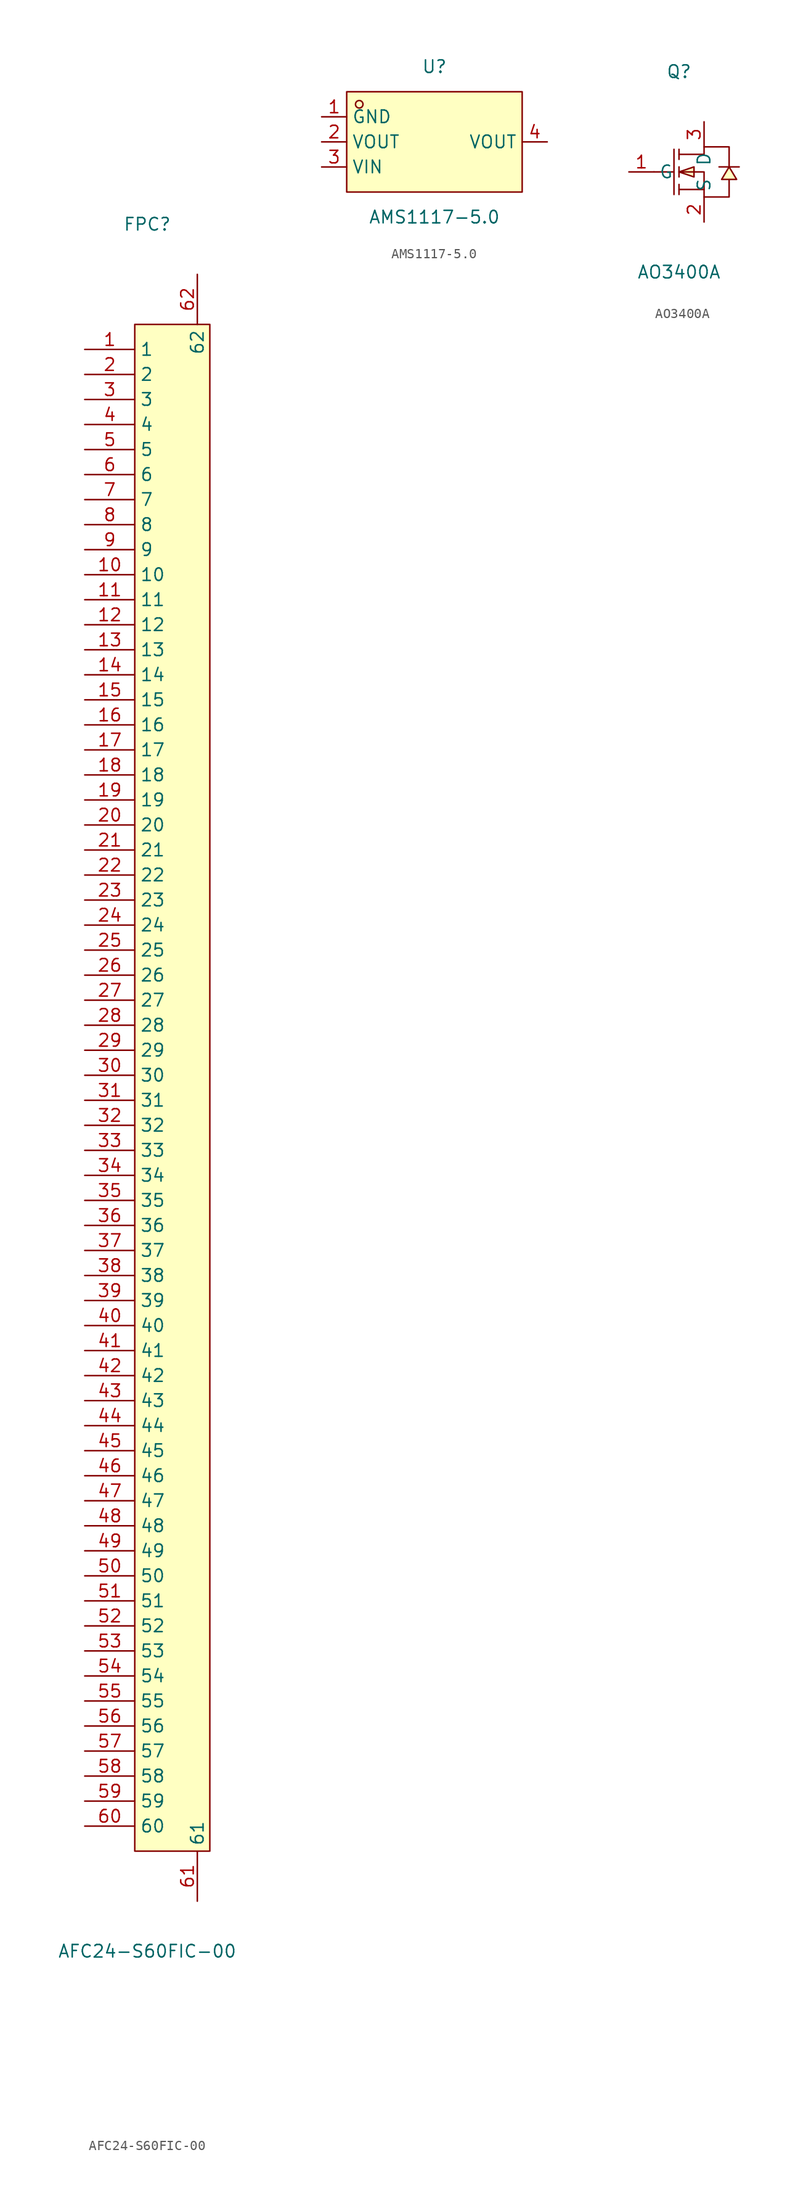
<source format=kicad_sym>
(kicad_symbol_lib
  (version 20231120)
  (generator "kicad_symbol_editor")
  (generator_version "8.0")
  (symbol "AFC24-S60FIC-00"
    (property "Reference" "FPC"
      (at 0 87.63 0)
      (effects (font (size 1.27 1.27))))
    (property "Value" "AFC24-S60FIC-00"
      (at 0 -87.63 0)
      (effects (font (size 1.27 1.27))))
    (symbol "AFC24-S60FIC-00_0_1"
      (rectangle (start -1.27 77.47) (end 6.35 -77.47) (stroke (width 0) (type default)) (fill (type background)))
      (pin unspecified line (at -6.35 74.93 0) (length 5.08) (name "1" (effects (font (size 1.27 1.27)))) (number "1" (effects (font (size 1.27 1.27)))))
      (pin unspecified line (at -6.35 52.07 0) (length 5.08) (name "10" (effects (font (size 1.27 1.27)))) (number "10" (effects (font (size 1.27 1.27)))))
      (pin unspecified line (at -6.35 49.53 0) (length 5.08) (name "11" (effects (font (size 1.27 1.27)))) (number "11" (effects (font (size 1.27 1.27)))))
      (pin unspecified line (at -6.35 46.99 0) (length 5.08) (name "12" (effects (font (size 1.27 1.27)))) (number "12" (effects (font (size 1.27 1.27)))))
      (pin unspecified line (at -6.35 44.45 0) (length 5.08) (name "13" (effects (font (size 1.27 1.27)))) (number "13" (effects (font (size 1.27 1.27)))))
      (pin unspecified line (at -6.35 41.91 0) (length 5.08) (name "14" (effects (font (size 1.27 1.27)))) (number "14" (effects (font (size 1.27 1.27)))))
      (pin unspecified line (at -6.35 39.37 0) (length 5.08) (name "15" (effects (font (size 1.27 1.27)))) (number "15" (effects (font (size 1.27 1.27)))))
      (pin unspecified line (at -6.35 36.83 0) (length 5.08) (name "16" (effects (font (size 1.27 1.27)))) (number "16" (effects (font (size 1.27 1.27)))))
      (pin unspecified line (at -6.35 34.29 0) (length 5.08) (name "17" (effects (font (size 1.27 1.27)))) (number "17" (effects (font (size 1.27 1.27)))))
      (pin unspecified line (at -6.35 31.75 0) (length 5.08) (name "18" (effects (font (size 1.27 1.27)))) (number "18" (effects (font (size 1.27 1.27)))))
      (pin unspecified line (at -6.35 29.21 0) (length 5.08) (name "19" (effects (font (size 1.27 1.27)))) (number "19" (effects (font (size 1.27 1.27)))))
      (pin unspecified line (at -6.35 72.39 0) (length 5.08) (name "2" (effects (font (size 1.27 1.27)))) (number "2" (effects (font (size 1.27 1.27)))))
      (pin unspecified line (at -6.35 26.67 0) (length 5.08) (name "20" (effects (font (size 1.27 1.27)))) (number "20" (effects (font (size 1.27 1.27)))))
      (pin unspecified line (at -6.35 24.13 0) (length 5.08) (name "21" (effects (font (size 1.27 1.27)))) (number "21" (effects (font (size 1.27 1.27)))))
      (pin unspecified line (at -6.35 21.59 0) (length 5.08) (name "22" (effects (font (size 1.27 1.27)))) (number "22" (effects (font (size 1.27 1.27)))))
      (pin unspecified line (at -6.35 19.05 0) (length 5.08) (name "23" (effects (font (size 1.27 1.27)))) (number "23" (effects (font (size 1.27 1.27)))))
      (pin unspecified line (at -6.35 16.51 0) (length 5.08) (name "24" (effects (font (size 1.27 1.27)))) (number "24" (effects (font (size 1.27 1.27)))))
      (pin unspecified line (at -6.35 13.97 0) (length 5.08) (name "25" (effects (font (size 1.27 1.27)))) (number "25" (effects (font (size 1.27 1.27)))))
      (pin unspecified line (at -6.35 11.43 0) (length 5.08) (name "26" (effects (font (size 1.27 1.27)))) (number "26" (effects (font (size 1.27 1.27)))))
      (pin unspecified line (at -6.35 8.89 0) (length 5.08) (name "27" (effects (font (size 1.27 1.27)))) (number "27" (effects (font (size 1.27 1.27)))))
      (pin unspecified line (at -6.35 6.35 0) (length 5.08) (name "28" (effects (font (size 1.27 1.27)))) (number "28" (effects (font (size 1.27 1.27)))))
      (pin unspecified line (at -6.35 3.81 0) (length 5.08) (name "29" (effects (font (size 1.27 1.27)))) (number "29" (effects (font (size 1.27 1.27)))))
      (pin unspecified line (at -6.35 69.85 0) (length 5.08) (name "3" (effects (font (size 1.27 1.27)))) (number "3" (effects (font (size 1.27 1.27)))))
      (pin unspecified line (at -6.35 1.27 0) (length 5.08) (name "30" (effects (font (size 1.27 1.27)))) (number "30" (effects (font (size 1.27 1.27)))))
      (pin unspecified line (at -6.35 -1.27 0) (length 5.08) (name "31" (effects (font (size 1.27 1.27)))) (number "31" (effects (font (size 1.27 1.27)))))
      (pin unspecified line (at -6.35 -3.81 0) (length 5.08) (name "32" (effects (font (size 1.27 1.27)))) (number "32" (effects (font (size 1.27 1.27)))))
      (pin unspecified line (at -6.35 -6.35 0) (length 5.08) (name "33" (effects (font (size 1.27 1.27)))) (number "33" (effects (font (size 1.27 1.27)))))
      (pin unspecified line (at -6.35 -8.89 0) (length 5.08) (name "34" (effects (font (size 1.27 1.27)))) (number "34" (effects (font (size 1.27 1.27)))))
      (pin unspecified line (at -6.35 -11.43 0) (length 5.08) (name "35" (effects (font (size 1.27 1.27)))) (number "35" (effects (font (size 1.27 1.27)))))
      (pin unspecified line (at -6.35 -13.97 0) (length 5.08) (name "36" (effects (font (size 1.27 1.27)))) (number "36" (effects (font (size 1.27 1.27)))))
      (pin unspecified line (at -6.35 -16.51 0) (length 5.08) (name "37" (effects (font (size 1.27 1.27)))) (number "37" (effects (font (size 1.27 1.27)))))
      (pin unspecified line (at -6.35 -19.05 0) (length 5.08) (name "38" (effects (font (size 1.27 1.27)))) (number "38" (effects (font (size 1.27 1.27)))))
      (pin unspecified line (at -6.35 -21.59 0) (length 5.08) (name "39" (effects (font (size 1.27 1.27)))) (number "39" (effects (font (size 1.27 1.27)))))
      (pin unspecified line (at -6.35 67.31 0) (length 5.08) (name "4" (effects (font (size 1.27 1.27)))) (number "4" (effects (font (size 1.27 1.27)))))
      (pin unspecified line (at -6.35 -24.13 0) (length 5.08) (name "40" (effects (font (size 1.27 1.27)))) (number "40" (effects (font (size 1.27 1.27)))))
      (pin unspecified line (at -6.35 -26.67 0) (length 5.08) (name "41" (effects (font (size 1.27 1.27)))) (number "41" (effects (font (size 1.27 1.27)))))
      (pin unspecified line (at -6.35 -29.21 0) (length 5.08) (name "42" (effects (font (size 1.27 1.27)))) (number "42" (effects (font (size 1.27 1.27)))))
      (pin unspecified line (at -6.35 -31.75 0) (length 5.08) (name "43" (effects (font (size 1.27 1.27)))) (number "43" (effects (font (size 1.27 1.27)))))
      (pin unspecified line (at -6.35 -34.29 0) (length 5.08) (name "44" (effects (font (size 1.27 1.27)))) (number "44" (effects (font (size 1.27 1.27)))))
      (pin unspecified line (at -6.35 -36.83 0) (length 5.08) (name "45" (effects (font (size 1.27 1.27)))) (number "45" (effects (font (size 1.27 1.27)))))
      (pin unspecified line (at -6.35 -39.37 0) (length 5.08) (name "46" (effects (font (size 1.27 1.27)))) (number "46" (effects (font (size 1.27 1.27)))))
      (pin unspecified line (at -6.35 -41.91 0) (length 5.08) (name "47" (effects (font (size 1.27 1.27)))) (number "47" (effects (font (size 1.27 1.27)))))
      (pin unspecified line (at -6.35 -44.45 0) (length 5.08) (name "48" (effects (font (size 1.27 1.27)))) (number "48" (effects (font (size 1.27 1.27)))))
      (pin unspecified line (at -6.35 -46.99 0) (length 5.08) (name "49" (effects (font (size 1.27 1.27)))) (number "49" (effects (font (size 1.27 1.27)))))
      (pin unspecified line (at -6.35 64.77 0) (length 5.08) (name "5" (effects (font (size 1.27 1.27)))) (number "5" (effects (font (size 1.27 1.27)))))
      (pin unspecified line (at -6.35 -49.53 0) (length 5.08) (name "50" (effects (font (size 1.27 1.27)))) (number "50" (effects (font (size 1.27 1.27)))))
      (pin unspecified line (at -6.35 -52.07 0) (length 5.08) (name "51" (effects (font (size 1.27 1.27)))) (number "51" (effects (font (size 1.27 1.27)))))
      (pin unspecified line (at -6.35 -54.61 0) (length 5.08) (name "52" (effects (font (size 1.27 1.27)))) (number "52" (effects (font (size 1.27 1.27)))))
      (pin unspecified line (at -6.35 -57.15 0) (length 5.08) (name "53" (effects (font (size 1.27 1.27)))) (number "53" (effects (font (size 1.27 1.27)))))
      (pin unspecified line (at -6.35 -59.69 0) (length 5.08) (name "54" (effects (font (size 1.27 1.27)))) (number "54" (effects (font (size 1.27 1.27)))))
      (pin unspecified line (at -6.35 -62.23 0) (length 5.08) (name "55" (effects (font (size 1.27 1.27)))) (number "55" (effects (font (size 1.27 1.27)))))
      (pin unspecified line (at -6.35 -64.77 0) (length 5.08) (name "56" (effects (font (size 1.27 1.27)))) (number "56" (effects (font (size 1.27 1.27)))))
      (pin unspecified line (at -6.35 -67.31 0) (length 5.08) (name "57" (effects (font (size 1.27 1.27)))) (number "57" (effects (font (size 1.27 1.27)))))
      (pin unspecified line (at -6.35 -69.85 0) (length 5.08) (name "58" (effects (font (size 1.27 1.27)))) (number "58" (effects (font (size 1.27 1.27)))))
      (pin unspecified line (at -6.35 -72.39 0) (length 5.08) (name "59" (effects (font (size 1.27 1.27)))) (number "59" (effects (font (size 1.27 1.27)))))
      (pin unspecified line (at -6.35 62.23 0) (length 5.08) (name "6" (effects (font (size 1.27 1.27)))) (number "6" (effects (font (size 1.27 1.27)))))
      (pin unspecified line (at -6.35 -74.93 0) (length 5.08) (name "60" (effects (font (size 1.27 1.27)))) (number "60" (effects (font (size 1.27 1.27)))))
      (pin unspecified line (at 5.08 -82.55 90) (length 5.08) (name "61" (effects (font (size 1.27 1.27)))) (number "61" (effects (font (size 1.27 1.27)))))
      (pin unspecified line (at 5.08 82.55 270) (length 5.08) (name "62" (effects (font (size 1.27 1.27)))) (number "62" (effects (font (size 1.27 1.27)))))
      (pin unspecified line (at -6.35 59.69 0) (length 5.08) (name "7" (effects (font (size 1.27 1.27)))) (number "7" (effects (font (size 1.27 1.27)))))
      (pin unspecified line (at -6.35 57.15 0) (length 5.08) (name "8" (effects (font (size 1.27 1.27)))) (number "8" (effects (font (size 1.27 1.27)))))
      (pin unspecified line (at -6.35 54.61 0) (length 5.08) (name "9" (effects (font (size 1.27 1.27)))) (number "9" (effects (font (size 1.27 1.27)))))))
  (symbol "AMS1117-5.0"
    (property "Reference" "U"
      (at 0 7.62 0)
      (effects (font (size 1.27 1.27))))
    (property "Value" "AMS1117-5.0"
      (at 0 -7.62 0)
      (effects (font (size 1.27 1.27))))
    (symbol "AMS1117-5.0_0_1"
      (rectangle (start -8.89 5.08) (end 8.89 -5.08) (stroke (width 0) (type default)) (fill (type background)))
      (circle (center -7.62 3.81) (radius 0.38) (stroke (width 0) (type default)) (fill (type none)))
      (pin unspecified line (at -11.43 2.54 0) (length 2.54) (name "GND" (effects (font (size 1.27 1.27)))) (number "1" (effects (font (size 1.27 1.27)))))
      (pin unspecified line (at -11.43 0 0) (length 2.54) (name "VOUT" (effects (font (size 1.27 1.27)))) (number "2" (effects (font (size 1.27 1.27)))))
      (pin unspecified line (at -11.43 -2.54 0) (length 2.54) (name "VIN" (effects (font (size 1.27 1.27)))) (number "3" (effects (font (size 1.27 1.27)))))
      (pin unspecified line (at 11.43 0 180) (length 2.54) (name "VOUT" (effects (font (size 1.27 1.27)))) (number "4" (effects (font (size 1.27 1.27)))))))
  (symbol "AO3400A"
    (property "Reference" "Q"
      (at 0 10.16 0)
      (effects (font (size 1.27 1.27))))
    (property "Value" "AO3400A"
      (at 0 -10.16 0)
      (effects (font (size 1.27 1.27))))
    (symbol "AO3400A_0_1"
      (polyline (pts (xy -2.54 0) (xy -0.51 0)) (stroke (width 0) (type default)) (fill (type none)))
      (polyline (pts (xy -0.51 2.29) (xy -0.51 -2.29)) (stroke (width 0) (type default)) (fill (type none)))
      (polyline (pts (xy 0 -2.29) (xy 0 -1.27)) (stroke (width 0) (type default)) (fill (type none)))
      (polyline (pts (xy 0 -0.51) (xy 0 0.51)) (stroke (width 0) (type default)) (fill (type none)))
      (polyline (pts (xy 0 2.29) (xy 0 1.27)) (stroke (width 0) (type default)) (fill (type none)))
      (polyline (pts (xy 2.54 -1.78) (xy 0 -1.78)) (stroke (width 0) (type default)) (fill (type none)))
      (polyline (pts (xy 0 0) (xy 1.52 -0.51) (xy 1.52 0.51) (xy 0 0)) (stroke (width 0) (type default)) (fill (type background)))
      (polyline (pts (xy 5.08 0.51) (xy 4.32 -0.76) (xy 5.84 -0.76) (xy 5.08 0.51)) (stroke (width 0) (type default)) (fill (type background)))
      (polyline (pts (xy 6.1 0.51) (xy 5.59 0.51) (xy 4.57 0.51) (xy 4.06 0.51)) (stroke (width 0) (type default)) (fill (type none)))
      (polyline (pts (xy 0 0) (xy 2.54 0) (xy 2.54 -2.54) (xy 5.08 -2.54) (xy 5.08 -0.76)) (stroke (width 0) (type default)) (fill (type none)))
      (polyline (pts (xy 0 1.78) (xy 2.54 1.78) (xy 2.54 2.54) (xy 5.08 2.54) (xy 5.08 0.51)) (stroke (width 0) (type default)) (fill (type none)))
      (pin unspecified line (at -5.08 0 0) (length 2.54) (name "G" (effects (font (size 1.27 1.27)))) (number "1" (effects (font (size 1.27 1.27)))))
      (pin unspecified line (at 2.54 -5.08 90) (length 2.54) (name "S" (effects (font (size 1.27 1.27)))) (number "2" (effects (font (size 1.27 1.27)))))
      (pin unspecified line (at 2.54 5.08 270) (length 2.54) (name "D" (effects (font (size 1.27 1.27)))) (number "3" (effects (font (size 1.27 1.27))))))))
</source>
